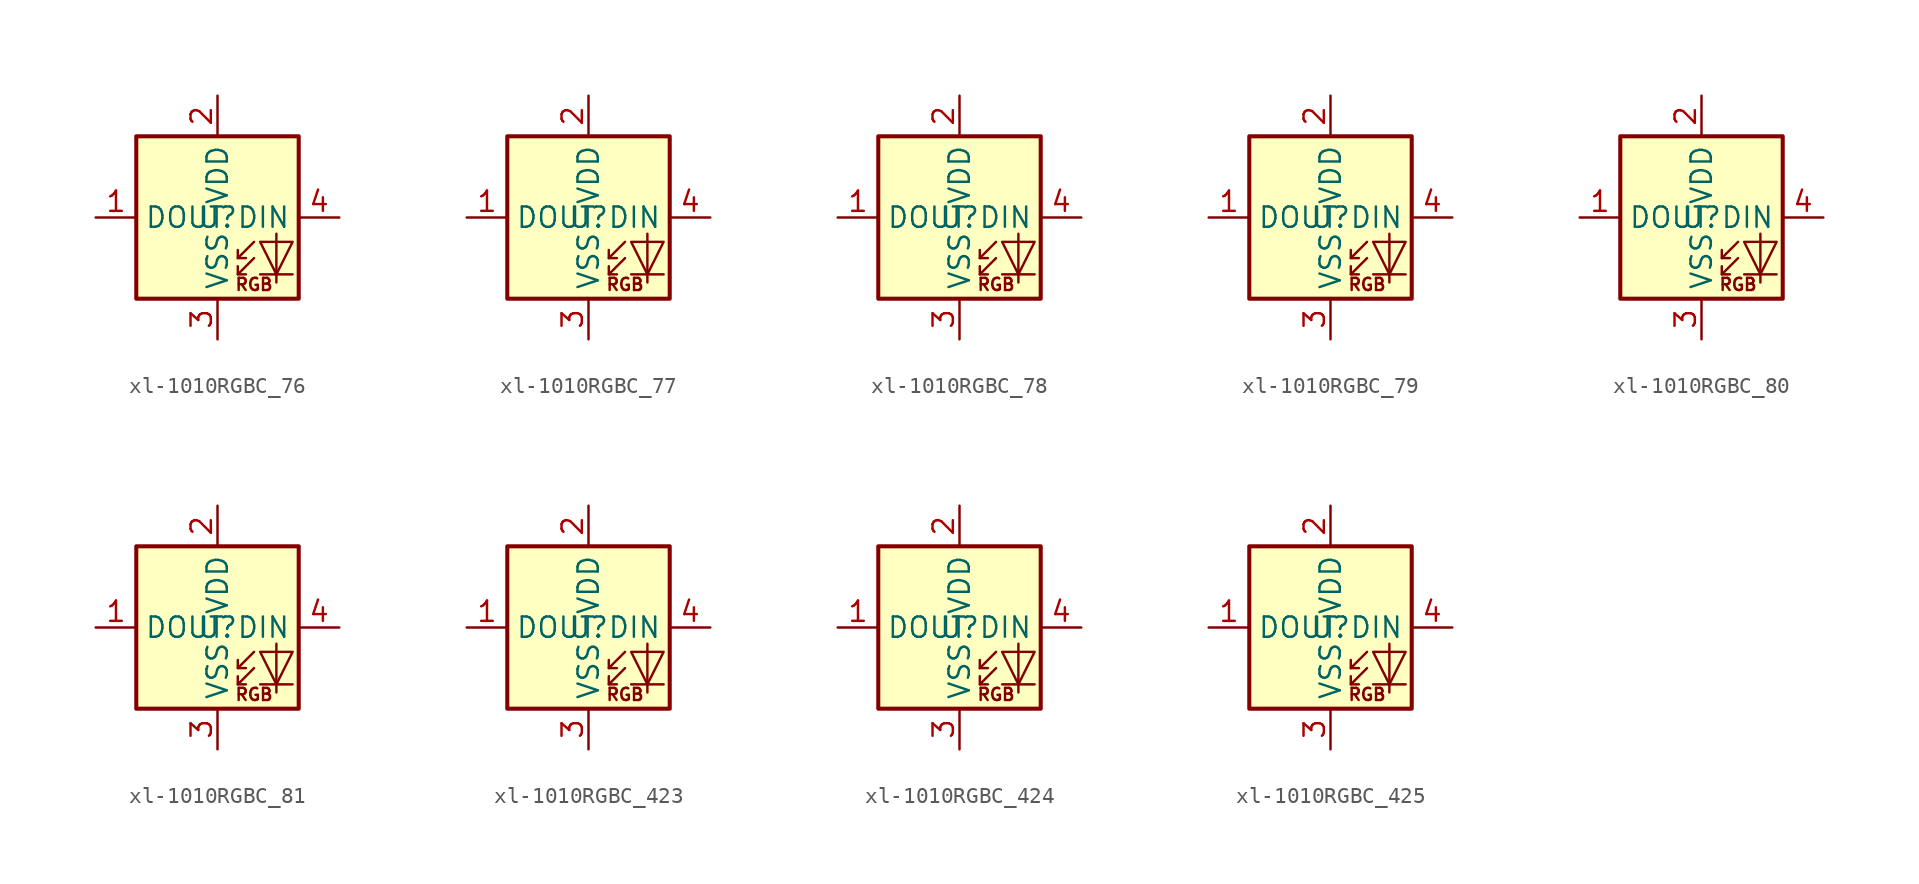
<source format=kicad_sym>
(kicad_symbol_lib
  (version 20231120)
  (generator "kicad_symbol_editor")
  (generator_version "8.0")
  (symbol "xl-1010RGBC_76"
    (property "Reference" "U"
      (at 0 0 0)
      (effects (font (size 1.27 1.27))))
    (property "Value" ""
      (at 0 0 0)
      (effects (font (size 1.27 1.27))))
    (symbol "xl-1010RGBC_76_0_0"
      (text "RGB" (at 2.286 -4.191 0) (effects (font (size 0.762 0.762)))))
    (symbol "xl-1010RGBC_76_0_1"
      (polyline (pts (xy 1.27 -3.556) (xy 1.778 -3.556)) (stroke (width 0) (type default)) (fill (type none)))
      (polyline (pts (xy 1.27 -2.54) (xy 1.778 -2.54)) (stroke (width 0) (type default)) (fill (type none)))
      (polyline (pts (xy 4.699 -3.556) (xy 2.667 -3.556)) (stroke (width 0) (type default)) (fill (type none)))
      (polyline (pts (xy 2.286 -2.54) (xy 1.27 -3.556) (xy 1.27 -3.048)) (stroke (width 0) (type default)) (fill (type none)))
      (polyline (pts (xy 2.286 -1.524) (xy 1.27 -2.54) (xy 1.27 -2.032)) (stroke (width 0) (type default)) (fill (type none)))
      (polyline (pts (xy 3.683 -1.016) (xy 3.683 -3.556) (xy 3.683 -4.064)) (stroke (width 0) (type default)) (fill (type none)))
      (polyline (pts (xy 4.699 -1.524) (xy 2.667 -1.524) (xy 3.683 -3.556) (xy 4.699 -1.524)) (stroke (width 0) (type default)) (fill (type none)))
      (rectangle (start 5.08 5.08) (end -5.08 -5.08) (stroke (width 0.254) (type default)) (fill (type background))))
    (symbol "xl-1010RGBC_76_1_1"
      (pin output line (at -7.62 0 0) (length 2.54) (name "DOUT" (effects (font (size 1.27 1.27)))) (number "1" (effects (font (size 1.27 1.27)))))
      (pin power_in line (at 0 7.62 270) (length 2.54) (name "VDD" (effects (font (size 1.27 1.27)))) (number "2" (effects (font (size 1.27 1.27)))))
      (pin power_in line (at 0 -7.62 90) (length 2.54) (name "VSS" (effects (font (size 1.27 1.27)))) (number "3" (effects (font (size 1.27 1.27)))))
      (pin input line (at 7.62 0 180) (length 2.54) (name "DIN" (effects (font (size 1.27 1.27)))) (number "4" (effects (font (size 1.27 1.27)))))))
  (symbol "xl-1010RGBC_77"
    (property "Reference" "U"
      (at 0 0 0)
      (effects (font (size 1.27 1.27))))
    (property "Value" ""
      (at 0 0 0)
      (effects (font (size 1.27 1.27))))
    (symbol "xl-1010RGBC_77_0_0"
      (text "RGB" (at 2.286 -4.191 0) (effects (font (size 0.762 0.762)))))
    (symbol "xl-1010RGBC_77_0_1"
      (polyline (pts (xy 1.27 -3.556) (xy 1.778 -3.556)) (stroke (width 0) (type default)) (fill (type none)))
      (polyline (pts (xy 1.27 -2.54) (xy 1.778 -2.54)) (stroke (width 0) (type default)) (fill (type none)))
      (polyline (pts (xy 4.699 -3.556) (xy 2.667 -3.556)) (stroke (width 0) (type default)) (fill (type none)))
      (polyline (pts (xy 2.286 -2.54) (xy 1.27 -3.556) (xy 1.27 -3.048)) (stroke (width 0) (type default)) (fill (type none)))
      (polyline (pts (xy 2.286 -1.524) (xy 1.27 -2.54) (xy 1.27 -2.032)) (stroke (width 0) (type default)) (fill (type none)))
      (polyline (pts (xy 3.683 -1.016) (xy 3.683 -3.556) (xy 3.683 -4.064)) (stroke (width 0) (type default)) (fill (type none)))
      (polyline (pts (xy 4.699 -1.524) (xy 2.667 -1.524) (xy 3.683 -3.556) (xy 4.699 -1.524)) (stroke (width 0) (type default)) (fill (type none)))
      (rectangle (start 5.08 5.08) (end -5.08 -5.08) (stroke (width 0.254) (type default)) (fill (type background))))
    (symbol "xl-1010RGBC_77_1_1"
      (pin output line (at -7.62 0 0) (length 2.54) (name "DOUT" (effects (font (size 1.27 1.27)))) (number "1" (effects (font (size 1.27 1.27)))))
      (pin power_in line (at 0 7.62 270) (length 2.54) (name "VDD" (effects (font (size 1.27 1.27)))) (number "2" (effects (font (size 1.27 1.27)))))
      (pin power_in line (at 0 -7.62 90) (length 2.54) (name "VSS" (effects (font (size 1.27 1.27)))) (number "3" (effects (font (size 1.27 1.27)))))
      (pin input line (at 7.62 0 180) (length 2.54) (name "DIN" (effects (font (size 1.27 1.27)))) (number "4" (effects (font (size 1.27 1.27)))))))
  (symbol "xl-1010RGBC_78"
    (property "Reference" "U"
      (at 0 0 0)
      (effects (font (size 1.27 1.27))))
    (property "Value" ""
      (at 0 0 0)
      (effects (font (size 1.27 1.27))))
    (symbol "xl-1010RGBC_78_0_0"
      (text "RGB" (at 2.286 -4.191 0) (effects (font (size 0.762 0.762)))))
    (symbol "xl-1010RGBC_78_0_1"
      (polyline (pts (xy 1.27 -3.556) (xy 1.778 -3.556)) (stroke (width 0) (type default)) (fill (type none)))
      (polyline (pts (xy 1.27 -2.54) (xy 1.778 -2.54)) (stroke (width 0) (type default)) (fill (type none)))
      (polyline (pts (xy 4.699 -3.556) (xy 2.667 -3.556)) (stroke (width 0) (type default)) (fill (type none)))
      (polyline (pts (xy 2.286 -2.54) (xy 1.27 -3.556) (xy 1.27 -3.048)) (stroke (width 0) (type default)) (fill (type none)))
      (polyline (pts (xy 2.286 -1.524) (xy 1.27 -2.54) (xy 1.27 -2.032)) (stroke (width 0) (type default)) (fill (type none)))
      (polyline (pts (xy 3.683 -1.016) (xy 3.683 -3.556) (xy 3.683 -4.064)) (stroke (width 0) (type default)) (fill (type none)))
      (polyline (pts (xy 4.699 -1.524) (xy 2.667 -1.524) (xy 3.683 -3.556) (xy 4.699 -1.524)) (stroke (width 0) (type default)) (fill (type none)))
      (rectangle (start 5.08 5.08) (end -5.08 -5.08) (stroke (width 0.254) (type default)) (fill (type background))))
    (symbol "xl-1010RGBC_78_1_1"
      (pin output line (at -7.62 0 0) (length 2.54) (name "DOUT" (effects (font (size 1.27 1.27)))) (number "1" (effects (font (size 1.27 1.27)))))
      (pin power_in line (at 0 7.62 270) (length 2.54) (name "VDD" (effects (font (size 1.27 1.27)))) (number "2" (effects (font (size 1.27 1.27)))))
      (pin power_in line (at 0 -7.62 90) (length 2.54) (name "VSS" (effects (font (size 1.27 1.27)))) (number "3" (effects (font (size 1.27 1.27)))))
      (pin input line (at 7.62 0 180) (length 2.54) (name "DIN" (effects (font (size 1.27 1.27)))) (number "4" (effects (font (size 1.27 1.27)))))))
  (symbol "xl-1010RGBC_79"
    (property "Reference" "U"
      (at 0 0 0)
      (effects (font (size 1.27 1.27))))
    (property "Value" ""
      (at 0 0 0)
      (effects (font (size 1.27 1.27))))
    (symbol "xl-1010RGBC_79_0_0"
      (text "RGB" (at 2.286 -4.191 0) (effects (font (size 0.762 0.762)))))
    (symbol "xl-1010RGBC_79_0_1"
      (polyline (pts (xy 1.27 -3.556) (xy 1.778 -3.556)) (stroke (width 0) (type default)) (fill (type none)))
      (polyline (pts (xy 1.27 -2.54) (xy 1.778 -2.54)) (stroke (width 0) (type default)) (fill (type none)))
      (polyline (pts (xy 4.699 -3.556) (xy 2.667 -3.556)) (stroke (width 0) (type default)) (fill (type none)))
      (polyline (pts (xy 2.286 -2.54) (xy 1.27 -3.556) (xy 1.27 -3.048)) (stroke (width 0) (type default)) (fill (type none)))
      (polyline (pts (xy 2.286 -1.524) (xy 1.27 -2.54) (xy 1.27 -2.032)) (stroke (width 0) (type default)) (fill (type none)))
      (polyline (pts (xy 3.683 -1.016) (xy 3.683 -3.556) (xy 3.683 -4.064)) (stroke (width 0) (type default)) (fill (type none)))
      (polyline (pts (xy 4.699 -1.524) (xy 2.667 -1.524) (xy 3.683 -3.556) (xy 4.699 -1.524)) (stroke (width 0) (type default)) (fill (type none)))
      (rectangle (start 5.08 5.08) (end -5.08 -5.08) (stroke (width 0.254) (type default)) (fill (type background))))
    (symbol "xl-1010RGBC_79_1_1"
      (pin output line (at -7.62 0 0) (length 2.54) (name "DOUT" (effects (font (size 1.27 1.27)))) (number "1" (effects (font (size 1.27 1.27)))))
      (pin power_in line (at 0 7.62 270) (length 2.54) (name "VDD" (effects (font (size 1.27 1.27)))) (number "2" (effects (font (size 1.27 1.27)))))
      (pin power_in line (at 0 -7.62 90) (length 2.54) (name "VSS" (effects (font (size 1.27 1.27)))) (number "3" (effects (font (size 1.27 1.27)))))
      (pin input line (at 7.62 0 180) (length 2.54) (name "DIN" (effects (font (size 1.27 1.27)))) (number "4" (effects (font (size 1.27 1.27)))))))
  (symbol "xl-1010RGBC_80"
    (property "Reference" "U"
      (at 0 0 0)
      (effects (font (size 1.27 1.27))))
    (property "Value" ""
      (at 0 0 0)
      (effects (font (size 1.27 1.27))))
    (symbol "xl-1010RGBC_80_0_0"
      (text "RGB" (at 2.286 -4.191 0) (effects (font (size 0.762 0.762)))))
    (symbol "xl-1010RGBC_80_0_1"
      (polyline (pts (xy 1.27 -3.556) (xy 1.778 -3.556)) (stroke (width 0) (type default)) (fill (type none)))
      (polyline (pts (xy 1.27 -2.54) (xy 1.778 -2.54)) (stroke (width 0) (type default)) (fill (type none)))
      (polyline (pts (xy 4.699 -3.556) (xy 2.667 -3.556)) (stroke (width 0) (type default)) (fill (type none)))
      (polyline (pts (xy 2.286 -2.54) (xy 1.27 -3.556) (xy 1.27 -3.048)) (stroke (width 0) (type default)) (fill (type none)))
      (polyline (pts (xy 2.286 -1.524) (xy 1.27 -2.54) (xy 1.27 -2.032)) (stroke (width 0) (type default)) (fill (type none)))
      (polyline (pts (xy 3.683 -1.016) (xy 3.683 -3.556) (xy 3.683 -4.064)) (stroke (width 0) (type default)) (fill (type none)))
      (polyline (pts (xy 4.699 -1.524) (xy 2.667 -1.524) (xy 3.683 -3.556) (xy 4.699 -1.524)) (stroke (width 0) (type default)) (fill (type none)))
      (rectangle (start 5.08 5.08) (end -5.08 -5.08) (stroke (width 0.254) (type default)) (fill (type background))))
    (symbol "xl-1010RGBC_80_1_1"
      (pin output line (at -7.62 0 0) (length 2.54) (name "DOUT" (effects (font (size 1.27 1.27)))) (number "1" (effects (font (size 1.27 1.27)))))
      (pin power_in line (at 0 7.62 270) (length 2.54) (name "VDD" (effects (font (size 1.27 1.27)))) (number "2" (effects (font (size 1.27 1.27)))))
      (pin power_in line (at 0 -7.62 90) (length 2.54) (name "VSS" (effects (font (size 1.27 1.27)))) (number "3" (effects (font (size 1.27 1.27)))))
      (pin input line (at 7.62 0 180) (length 2.54) (name "DIN" (effects (font (size 1.27 1.27)))) (number "4" (effects (font (size 1.27 1.27)))))))
  (symbol "xl-1010RGBC_81"
    (property "Reference" "U"
      (at 0 0 0)
      (effects (font (size 1.27 1.27))))
    (property "Value" ""
      (at 0 0 0)
      (effects (font (size 1.27 1.27))))
    (symbol "xl-1010RGBC_81_0_0"
      (text "RGB" (at 2.286 -4.191 0) (effects (font (size 0.762 0.762)))))
    (symbol "xl-1010RGBC_81_0_1"
      (polyline (pts (xy 1.27 -3.556) (xy 1.778 -3.556)) (stroke (width 0) (type default)) (fill (type none)))
      (polyline (pts (xy 1.27 -2.54) (xy 1.778 -2.54)) (stroke (width 0) (type default)) (fill (type none)))
      (polyline (pts (xy 4.699 -3.556) (xy 2.667 -3.556)) (stroke (width 0) (type default)) (fill (type none)))
      (polyline (pts (xy 2.286 -2.54) (xy 1.27 -3.556) (xy 1.27 -3.048)) (stroke (width 0) (type default)) (fill (type none)))
      (polyline (pts (xy 2.286 -1.524) (xy 1.27 -2.54) (xy 1.27 -2.032)) (stroke (width 0) (type default)) (fill (type none)))
      (polyline (pts (xy 3.683 -1.016) (xy 3.683 -3.556) (xy 3.683 -4.064)) (stroke (width 0) (type default)) (fill (type none)))
      (polyline (pts (xy 4.699 -1.524) (xy 2.667 -1.524) (xy 3.683 -3.556) (xy 4.699 -1.524)) (stroke (width 0) (type default)) (fill (type none)))
      (rectangle (start 5.08 5.08) (end -5.08 -5.08) (stroke (width 0.254) (type default)) (fill (type background))))
    (symbol "xl-1010RGBC_81_1_1"
      (pin output line (at -7.62 0 0) (length 2.54) (name "DOUT" (effects (font (size 1.27 1.27)))) (number "1" (effects (font (size 1.27 1.27)))))
      (pin power_in line (at 0 7.62 270) (length 2.54) (name "VDD" (effects (font (size 1.27 1.27)))) (number "2" (effects (font (size 1.27 1.27)))))
      (pin power_in line (at 0 -7.62 90) (length 2.54) (name "VSS" (effects (font (size 1.27 1.27)))) (number "3" (effects (font (size 1.27 1.27)))))
      (pin input line (at 7.62 0 180) (length 2.54) (name "DIN" (effects (font (size 1.27 1.27)))) (number "4" (effects (font (size 1.27 1.27)))))))
  (symbol "xl-1010RGBC_423"
    (property "Reference" "U"
      (at 0 0 0)
      (effects (font (size 1.27 1.27))))
    (property "Value" ""
      (at 0 0 0)
      (effects (font (size 1.27 1.27))))
    (symbol "xl-1010RGBC_423_0_0"
      (text "RGB" (at 2.286 -4.191 0) (effects (font (size 0.762 0.762)))))
    (symbol "xl-1010RGBC_423_0_1"
      (polyline (pts (xy 1.27 -3.556) (xy 1.778 -3.556)) (stroke (width 0) (type default)) (fill (type none)))
      (polyline (pts (xy 1.27 -2.54) (xy 1.778 -2.54)) (stroke (width 0) (type default)) (fill (type none)))
      (polyline (pts (xy 4.699 -3.556) (xy 2.667 -3.556)) (stroke (width 0) (type default)) (fill (type none)))
      (polyline (pts (xy 2.286 -2.54) (xy 1.27 -3.556) (xy 1.27 -3.048)) (stroke (width 0) (type default)) (fill (type none)))
      (polyline (pts (xy 2.286 -1.524) (xy 1.27 -2.54) (xy 1.27 -2.032)) (stroke (width 0) (type default)) (fill (type none)))
      (polyline (pts (xy 3.683 -1.016) (xy 3.683 -3.556) (xy 3.683 -4.064)) (stroke (width 0) (type default)) (fill (type none)))
      (polyline (pts (xy 4.699 -1.524) (xy 2.667 -1.524) (xy 3.683 -3.556) (xy 4.699 -1.524)) (stroke (width 0) (type default)) (fill (type none)))
      (rectangle (start 5.08 5.08) (end -5.08 -5.08) (stroke (width 0.254) (type default)) (fill (type background))))
    (symbol "xl-1010RGBC_423_1_1"
      (pin output line (at -7.62 0 0) (length 2.54) (name "DOUT" (effects (font (size 1.27 1.27)))) (number "1" (effects (font (size 1.27 1.27)))))
      (pin power_in line (at 0 7.62 270) (length 2.54) (name "VDD" (effects (font (size 1.27 1.27)))) (number "2" (effects (font (size 1.27 1.27)))))
      (pin power_in line (at 0 -7.62 90) (length 2.54) (name "VSS" (effects (font (size 1.27 1.27)))) (number "3" (effects (font (size 1.27 1.27)))))
      (pin input line (at 7.62 0 180) (length 2.54) (name "DIN" (effects (font (size 1.27 1.27)))) (number "4" (effects (font (size 1.27 1.27)))))))
  (symbol "xl-1010RGBC_424"
    (property "Reference" "U"
      (at 0 0 0)
      (effects (font (size 1.27 1.27))))
    (property "Value" ""
      (at 0 0 0)
      (effects (font (size 1.27 1.27))))
    (symbol "xl-1010RGBC_424_0_0"
      (text "RGB" (at 2.286 -4.191 0) (effects (font (size 0.762 0.762)))))
    (symbol "xl-1010RGBC_424_0_1"
      (polyline (pts (xy 1.27 -3.556) (xy 1.778 -3.556)) (stroke (width 0) (type default)) (fill (type none)))
      (polyline (pts (xy 1.27 -2.54) (xy 1.778 -2.54)) (stroke (width 0) (type default)) (fill (type none)))
      (polyline (pts (xy 4.699 -3.556) (xy 2.667 -3.556)) (stroke (width 0) (type default)) (fill (type none)))
      (polyline (pts (xy 2.286 -2.54) (xy 1.27 -3.556) (xy 1.27 -3.048)) (stroke (width 0) (type default)) (fill (type none)))
      (polyline (pts (xy 2.286 -1.524) (xy 1.27 -2.54) (xy 1.27 -2.032)) (stroke (width 0) (type default)) (fill (type none)))
      (polyline (pts (xy 3.683 -1.016) (xy 3.683 -3.556) (xy 3.683 -4.064)) (stroke (width 0) (type default)) (fill (type none)))
      (polyline (pts (xy 4.699 -1.524) (xy 2.667 -1.524) (xy 3.683 -3.556) (xy 4.699 -1.524)) (stroke (width 0) (type default)) (fill (type none)))
      (rectangle (start 5.08 5.08) (end -5.08 -5.08) (stroke (width 0.254) (type default)) (fill (type background))))
    (symbol "xl-1010RGBC_424_1_1"
      (pin output line (at -7.62 0 0) (length 2.54) (name "DOUT" (effects (font (size 1.27 1.27)))) (number "1" (effects (font (size 1.27 1.27)))))
      (pin power_in line (at 0 7.62 270) (length 2.54) (name "VDD" (effects (font (size 1.27 1.27)))) (number "2" (effects (font (size 1.27 1.27)))))
      (pin power_in line (at 0 -7.62 90) (length 2.54) (name "VSS" (effects (font (size 1.27 1.27)))) (number "3" (effects (font (size 1.27 1.27)))))
      (pin input line (at 7.62 0 180) (length 2.54) (name "DIN" (effects (font (size 1.27 1.27)))) (number "4" (effects (font (size 1.27 1.27)))))))
  (symbol "xl-1010RGBC_425"
    (property "Reference" "U"
      (at 0 0 0)
      (effects (font (size 1.27 1.27))))
    (property "Value" ""
      (at 0 0 0)
      (effects (font (size 1.27 1.27))))
    (symbol "xl-1010RGBC_425_0_0"
      (text "RGB" (at 2.286 -4.191 0) (effects (font (size 0.762 0.762)))))
    (symbol "xl-1010RGBC_425_0_1"
      (polyline (pts (xy 1.27 -3.556) (xy 1.778 -3.556)) (stroke (width 0) (type default)) (fill (type none)))
      (polyline (pts (xy 1.27 -2.54) (xy 1.778 -2.54)) (stroke (width 0) (type default)) (fill (type none)))
      (polyline (pts (xy 4.699 -3.556) (xy 2.667 -3.556)) (stroke (width 0) (type default)) (fill (type none)))
      (polyline (pts (xy 2.286 -2.54) (xy 1.27 -3.556) (xy 1.27 -3.048)) (stroke (width 0) (type default)) (fill (type none)))
      (polyline (pts (xy 2.286 -1.524) (xy 1.27 -2.54) (xy 1.27 -2.032)) (stroke (width 0) (type default)) (fill (type none)))
      (polyline (pts (xy 3.683 -1.016) (xy 3.683 -3.556) (xy 3.683 -4.064)) (stroke (width 0) (type default)) (fill (type none)))
      (polyline (pts (xy 4.699 -1.524) (xy 2.667 -1.524) (xy 3.683 -3.556) (xy 4.699 -1.524)) (stroke (width 0) (type default)) (fill (type none)))
      (rectangle (start 5.08 5.08) (end -5.08 -5.08) (stroke (width 0.254) (type default)) (fill (type background))))
    (symbol "xl-1010RGBC_425_1_1"
      (pin output line (at -7.62 0 0) (length 2.54) (name "DOUT" (effects (font (size 1.27 1.27)))) (number "1" (effects (font (size 1.27 1.27)))))
      (pin power_in line (at 0 7.62 270) (length 2.54) (name "VDD" (effects (font (size 1.27 1.27)))) (number "2" (effects (font (size 1.27 1.27)))))
      (pin power_in line (at 0 -7.62 90) (length 2.54) (name "VSS" (effects (font (size 1.27 1.27)))) (number "3" (effects (font (size 1.27 1.27)))))
      (pin input line (at 7.62 0 180) (length 2.54) (name "DIN" (effects (font (size 1.27 1.27)))) (number "4" (effects (font (size 1.27 1.27))))))))
</source>
